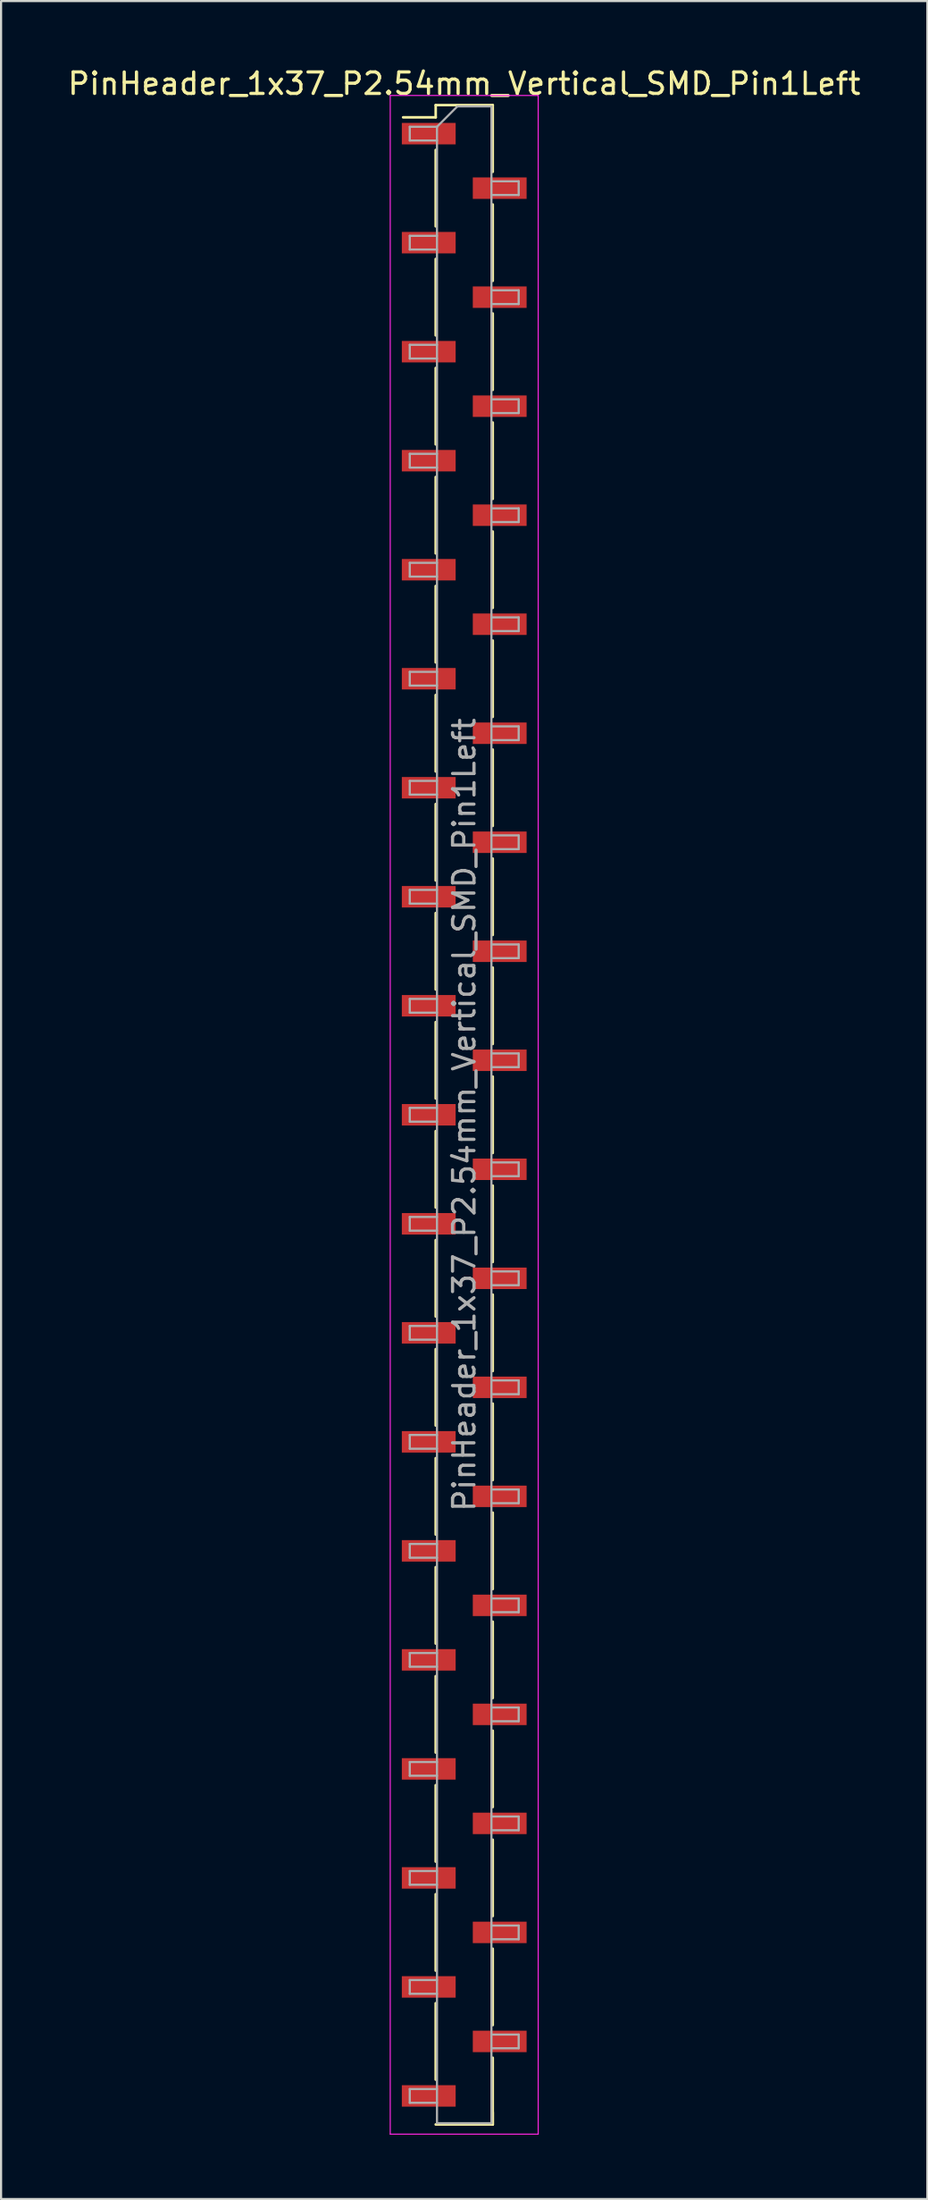
<source format=kicad_pcb>
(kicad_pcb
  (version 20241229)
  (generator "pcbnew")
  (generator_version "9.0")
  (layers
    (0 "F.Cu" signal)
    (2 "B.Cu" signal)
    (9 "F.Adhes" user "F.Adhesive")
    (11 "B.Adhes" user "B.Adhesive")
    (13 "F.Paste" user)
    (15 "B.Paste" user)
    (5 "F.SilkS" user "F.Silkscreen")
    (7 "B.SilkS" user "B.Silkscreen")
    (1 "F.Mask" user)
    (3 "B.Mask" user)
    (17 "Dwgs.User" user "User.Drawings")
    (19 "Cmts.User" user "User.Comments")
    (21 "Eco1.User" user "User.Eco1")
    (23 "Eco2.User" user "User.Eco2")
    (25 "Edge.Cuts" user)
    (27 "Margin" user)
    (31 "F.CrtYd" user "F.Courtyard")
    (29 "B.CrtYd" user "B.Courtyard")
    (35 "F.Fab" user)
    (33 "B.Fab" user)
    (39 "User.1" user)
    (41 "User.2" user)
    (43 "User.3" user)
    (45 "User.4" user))
  (footprint "PinHeader_1x37_P2.54mm_Vertical_SMD_Pin1Left"
    (layer "F.Cu")
    (at 18.601 48.898)
    (property "Reference" "PinHeader_1x37_P2.54mm_Vertical_SMD_Pin1Left" (at 0 -48.05 0) (layer "F.SilkS") (effects (font (size 1 1) (thickness 0.15))))
    (attr smd)
    (fp_line (start -1.33 -47.05) (end -1.33 -46.48) (stroke (width 0.12) (type solid)) (layer "F.SilkS"))
    (fp_line (start -1.33 -47.05) (end 1.33 -47.05) (stroke (width 0.12) (type solid)) (layer "F.SilkS"))
    (fp_line (start -1.33 -46.48) (end -2.85 -46.48) (stroke (width 0.12) (type solid)) (layer "F.SilkS"))
    (fp_line (start -1.33 -44.96) (end -1.33 -41.4) (stroke (width 0.12) (type solid)) (layer "F.SilkS"))
    (fp_line (start -1.33 -39.88) (end -1.33 -36.32) (stroke (width 0.12) (type solid)) (layer "F.SilkS"))
    (fp_line (start -1.33 -34.8) (end -1.33 -31.24) (stroke (width 0.12) (type solid)) (layer "F.SilkS"))
    (fp_line (start -1.33 -29.72) (end -1.33 -26.16) (stroke (width 0.12) (type solid)) (layer "F.SilkS"))
    (fp_line (start -1.33 -24.64) (end -1.33 -21.08) (stroke (width 0.12) (type solid)) (layer "F.SilkS"))
    (fp_line (start -1.33 -19.56) (end -1.33 -16) (stroke (width 0.12) (type solid)) (layer "F.SilkS"))
    (fp_line (start -1.33 -14.48) (end -1.33 -10.92) (stroke (width 0.12) (type solid)) (layer "F.SilkS"))
    (fp_line (start -1.33 -9.4) (end -1.33 -5.84) (stroke (width 0.12) (type solid)) (layer "F.SilkS"))
    (fp_line (start -1.33 -4.32) (end -1.33 -0.76) (stroke (width 0.12) (type solid)) (layer "F.SilkS"))
    (fp_line (start -1.33 0.76) (end -1.33 4.32) (stroke (width 0.12) (type solid)) (layer "F.SilkS"))
    (fp_line (start -1.33 5.84) (end -1.33 9.4) (stroke (width 0.12) (type solid)) (layer "F.SilkS"))
    (fp_line (start -1.33 10.92) (end -1.33 14.48) (stroke (width 0.12) (type solid)) (layer "F.SilkS"))
    (fp_line (start -1.33 16) (end -1.33 19.56) (stroke (width 0.12) (type solid)) (layer "F.SilkS"))
    (fp_line (start -1.33 21.08) (end -1.33 24.64) (stroke (width 0.12) (type solid)) (layer "F.SilkS"))
    (fp_line (start -1.33 26.16) (end -1.33 29.72) (stroke (width 0.12) (type solid)) (layer "F.SilkS"))
    (fp_line (start -1.33 31.24) (end -1.33 34.8) (stroke (width 0.12) (type solid)) (layer "F.SilkS"))
    (fp_line (start -1.33 36.32) (end -1.33 39.88) (stroke (width 0.12) (type solid)) (layer "F.SilkS"))
    (fp_line (start -1.33 41.4) (end -1.33 44.96) (stroke (width 0.12) (type solid)) (layer "F.SilkS"))
    (fp_line (start -1.33 47.05) (end 1.33 47.05) (stroke (width 0.12) (type solid)) (layer "F.SilkS"))
    (fp_line (start 1.33 -47.05) (end 1.33 -43.94) (stroke (width 0.12) (type solid)) (layer "F.SilkS"))
    (fp_line (start 1.33 -42.42) (end 1.33 -38.86) (stroke (width 0.12) (type solid)) (layer "F.SilkS"))
    (fp_line (start 1.33 -37.34) (end 1.33 -33.78) (stroke (width 0.12) (type solid)) (layer "F.SilkS"))
    (fp_line (start 1.33 -32.26) (end 1.33 -28.7) (stroke (width 0.12) (type solid)) (layer "F.SilkS"))
    (fp_line (start 1.33 -27.18) (end 1.33 -23.62) (stroke (width 0.12) (type solid)) (layer "F.SilkS"))
    (fp_line (start 1.33 -22.1) (end 1.33 -18.54) (stroke (width 0.12) (type solid)) (layer "F.SilkS"))
    (fp_line (start 1.33 -17.02) (end 1.33 -13.46) (stroke (width 0.12) (type solid)) (layer "F.SilkS"))
    (fp_line (start 1.33 -11.94) (end 1.33 -8.38) (stroke (width 0.12) (type solid)) (layer "F.SilkS"))
    (fp_line (start 1.33 -6.86) (end 1.33 -3.3) (stroke (width 0.12) (type solid)) (layer "F.SilkS"))
    (fp_line (start 1.33 -1.78) (end 1.33 1.78) (stroke (width 0.12) (type solid)) (layer "F.SilkS"))
    (fp_line (start 1.33 3.3) (end 1.33 6.86) (stroke (width 0.12) (type solid)) (layer "F.SilkS"))
    (fp_line (start 1.33 8.38) (end 1.33 11.94) (stroke (width 0.12) (type solid)) (layer "F.SilkS"))
    (fp_line (start 1.33 13.46) (end 1.33 17.02) (stroke (width 0.12) (type solid)) (layer "F.SilkS"))
    (fp_line (start 1.33 18.54) (end 1.33 22.1) (stroke (width 0.12) (type solid)) (layer "F.SilkS"))
    (fp_line (start 1.33 23.62) (end 1.33 27.18) (stroke (width 0.12) (type solid)) (layer "F.SilkS"))
    (fp_line (start 1.33 28.7) (end 1.33 32.26) (stroke (width 0.12) (type solid)) (layer "F.SilkS"))
    (fp_line (start 1.33 33.78) (end 1.33 37.34) (stroke (width 0.12) (type solid)) (layer "F.SilkS"))
    (fp_line (start 1.33 38.86) (end 1.33 42.42) (stroke (width 0.12) (type solid)) (layer "F.SilkS"))
    (fp_line (start 1.33 43.94) (end 1.33 47.05) (stroke (width 0.12) (type solid)) (layer "F.SilkS"))
    (fp_line (start 1.33 46.48) (end 1.33 47.05) (stroke (width 0.12) (type solid)) (layer "F.SilkS"))
    (fp_line (start -3.45 -47.5) (end -3.45 47.5) (stroke (width 0.05) (type solid)) (layer "F.CrtYd"))
    (fp_line (start -3.45 47.5) (end 3.45 47.5) (stroke (width 0.05) (type solid)) (layer "F.CrtYd"))
    (fp_line (start 3.45 -47.5) (end -3.45 -47.5) (stroke (width 0.05) (type solid)) (layer "F.CrtYd"))
    (fp_line (start 3.45 47.5) (end 3.45 -47.5) (stroke (width 0.05) (type solid)) (layer "F.CrtYd"))
    (fp_line (start -2.54 -46.04) (end -2.54 -45.4) (stroke (width 0.1) (type solid)) (layer "F.Fab"))
    (fp_line (start -2.54 -45.4) (end -1.27 -45.4) (stroke (width 0.1) (type solid)) (layer "F.Fab"))
    (fp_line (start -2.54 -40.96) (end -2.54 -40.32) (stroke (width 0.1) (type solid)) (layer "F.Fab"))
    (fp_line (start -2.54 -40.32) (end -1.27 -40.32) (stroke (width 0.1) (type solid)) (layer "F.Fab"))
    (fp_line (start -2.54 -35.88) (end -2.54 -35.24) (stroke (width 0.1) (type solid)) (layer "F.Fab"))
    (fp_line (start -2.54 -35.24) (end -1.27 -35.24) (stroke (width 0.1) (type solid)) (layer "F.Fab"))
    (fp_line (start -2.54 -30.8) (end -2.54 -30.16) (stroke (width 0.1) (type solid)) (layer "F.Fab"))
    (fp_line (start -2.54 -30.16) (end -1.27 -30.16) (stroke (width 0.1) (type solid)) (layer "F.Fab"))
    (fp_line (start -2.54 -25.72) (end -2.54 -25.08) (stroke (width 0.1) (type solid)) (layer "F.Fab"))
    (fp_line (start -2.54 -25.08) (end -1.27 -25.08) (stroke (width 0.1) (type solid)) (layer "F.Fab"))
    (fp_line (start -2.54 -20.64) (end -2.54 -20) (stroke (width 0.1) (type solid)) (layer "F.Fab"))
    (fp_line (start -2.54 -20) (end -1.27 -20) (stroke (width 0.1) (type solid)) (layer "F.Fab"))
    (fp_line (start -2.54 -15.56) (end -2.54 -14.92) (stroke (width 0.1) (type solid)) (layer "F.Fab"))
    (fp_line (start -2.54 -14.92) (end -1.27 -14.92) (stroke (width 0.1) (type solid)) (layer "F.Fab"))
    (fp_line (start -2.54 -10.48) (end -2.54 -9.84) (stroke (width 0.1) (type solid)) (layer "F.Fab"))
    (fp_line (start -2.54 -9.84) (end -1.27 -9.84) (stroke (width 0.1) (type solid)) (layer "F.Fab"))
    (fp_line (start -2.54 -5.4) (end -2.54 -4.76) (stroke (width 0.1) (type solid)) (layer "F.Fab"))
    (fp_line (start -2.54 -4.76) (end -1.27 -4.76) (stroke (width 0.1) (type solid)) (layer "F.Fab"))
    (fp_line (start -2.54 -0.32) (end -2.54 0.32) (stroke (width 0.1) (type solid)) (layer "F.Fab"))
    (fp_line (start -2.54 0.32) (end -1.27 0.32) (stroke (width 0.1) (type solid)) (layer "F.Fab"))
    (fp_line (start -2.54 4.76) (end -2.54 5.4) (stroke (width 0.1) (type solid)) (layer "F.Fab"))
    (fp_line (start -2.54 5.4) (end -1.27 5.4) (stroke (width 0.1) (type solid)) (layer "F.Fab"))
    (fp_line (start -2.54 9.84) (end -2.54 10.48) (stroke (width 0.1) (type solid)) (layer "F.Fab"))
    (fp_line (start -2.54 10.48) (end -1.27 10.48) (stroke (width 0.1) (type solid)) (layer "F.Fab"))
    (fp_line (start -2.54 14.92) (end -2.54 15.56) (stroke (width 0.1) (type solid)) (layer "F.Fab"))
    (fp_line (start -2.54 15.56) (end -1.27 15.56) (stroke (width 0.1) (type solid)) (layer "F.Fab"))
    (fp_line (start -2.54 20) (end -2.54 20.64) (stroke (width 0.1) (type solid)) (layer "F.Fab"))
    (fp_line (start -2.54 20.64) (end -1.27 20.64) (stroke (width 0.1) (type solid)) (layer "F.Fab"))
    (fp_line (start -2.54 25.08) (end -2.54 25.72) (stroke (width 0.1) (type solid)) (layer "F.Fab"))
    (fp_line (start -2.54 25.72) (end -1.27 25.72) (stroke (width 0.1) (type solid)) (layer "F.Fab"))
    (fp_line (start -2.54 30.16) (end -2.54 30.8) (stroke (width 0.1) (type solid)) (layer "F.Fab"))
    (fp_line (start -2.54 30.8) (end -1.27 30.8) (stroke (width 0.1) (type solid)) (layer "F.Fab"))
    (fp_line (start -2.54 35.24) (end -2.54 35.88) (stroke (width 0.1) (type solid)) (layer "F.Fab"))
    (fp_line (start -2.54 35.88) (end -1.27 35.88) (stroke (width 0.1) (type solid)) (layer "F.Fab"))
    (fp_line (start -2.54 40.32) (end -2.54 40.96) (stroke (width 0.1) (type solid)) (layer "F.Fab"))
    (fp_line (start -2.54 40.96) (end -1.27 40.96) (stroke (width 0.1) (type solid)) (layer "F.Fab"))
    (fp_line (start -2.54 45.4) (end -2.54 46.04) (stroke (width 0.1) (type solid)) (layer "F.Fab"))
    (fp_line (start -2.54 46.04) (end -1.27 46.04) (stroke (width 0.1) (type solid)) (layer "F.Fab"))
    (fp_line (start -1.27 -46.04) (end -2.54 -46.04) (stroke (width 0.1) (type solid)) (layer "F.Fab"))
    (fp_line (start -1.27 -46.04) (end -0.32 -46.99) (stroke (width 0.1) (type solid)) (layer "F.Fab"))
    (fp_line (start -1.27 -40.96) (end -2.54 -40.96) (stroke (width 0.1) (type solid)) (layer "F.Fab"))
    (fp_line (start -1.27 -35.88) (end -2.54 -35.88) (stroke (width 0.1) (type solid)) (layer "F.Fab"))
    (fp_line (start -1.27 -30.8) (end -2.54 -30.8) (stroke (width 0.1) (type solid)) (layer "F.Fab"))
    (fp_line (start -1.27 -25.72) (end -2.54 -25.72) (stroke (width 0.1) (type solid)) (layer "F.Fab"))
    (fp_line (start -1.27 -20.64) (end -2.54 -20.64) (stroke (width 0.1) (type solid)) (layer "F.Fab"))
    (fp_line (start -1.27 -15.56) (end -2.54 -15.56) (stroke (width 0.1) (type solid)) (layer "F.Fab"))
    (fp_line (start -1.27 -10.48) (end -2.54 -10.48) (stroke (width 0.1) (type solid)) (layer "F.Fab"))
    (fp_line (start -1.27 -5.4) (end -2.54 -5.4) (stroke (width 0.1) (type solid)) (layer "F.Fab"))
    (fp_line (start -1.27 -0.32) (end -2.54 -0.32) (stroke (width 0.1) (type solid)) (layer "F.Fab"))
    (fp_line (start -1.27 4.76) (end -2.54 4.76) (stroke (width 0.1) (type solid)) (layer "F.Fab"))
    (fp_line (start -1.27 9.84) (end -2.54 9.84) (stroke (width 0.1) (type solid)) (layer "F.Fab"))
    (fp_line (start -1.27 14.92) (end -2.54 14.92) (stroke (width 0.1) (type solid)) (layer "F.Fab"))
    (fp_line (start -1.27 20) (end -2.54 20) (stroke (width 0.1) (type solid)) (layer "F.Fab"))
    (fp_line (start -1.27 25.08) (end -2.54 25.08) (stroke (width 0.1) (type solid)) (layer "F.Fab"))
    (fp_line (start -1.27 30.16) (end -2.54 30.16) (stroke (width 0.1) (type solid)) (layer "F.Fab"))
    (fp_line (start -1.27 35.24) (end -2.54 35.24) (stroke (width 0.1) (type solid)) (layer "F.Fab"))
    (fp_line (start -1.27 40.32) (end -2.54 40.32) (stroke (width 0.1) (type solid)) (layer "F.Fab"))
    (fp_line (start -1.27 45.4) (end -2.54 45.4) (stroke (width 0.1) (type solid)) (layer "F.Fab"))
    (fp_line (start -1.27 46.99) (end -1.27 -46.04) (stroke (width 0.1) (type solid)) (layer "F.Fab"))
    (fp_line (start -0.32 -46.99) (end 1.27 -46.99) (stroke (width 0.1) (type solid)) (layer "F.Fab"))
    (fp_line (start 1.27 -46.99) (end 1.27 46.99) (stroke (width 0.1) (type solid)) (layer "F.Fab"))
    (fp_line (start 1.27 -43.5) (end 2.54 -43.5) (stroke (width 0.1) (type solid)) (layer "F.Fab"))
    (fp_line (start 1.27 -38.42) (end 2.54 -38.42) (stroke (width 0.1) (type solid)) (layer "F.Fab"))
    (fp_line (start 1.27 -33.34) (end 2.54 -33.34) (stroke (width 0.1) (type solid)) (layer "F.Fab"))
    (fp_line (start 1.27 -28.26) (end 2.54 -28.26) (stroke (width 0.1) (type solid)) (layer "F.Fab"))
    (fp_line (start 1.27 -23.18) (end 2.54 -23.18) (stroke (width 0.1) (type solid)) (layer "F.Fab"))
    (fp_line (start 1.27 -18.1) (end 2.54 -18.1) (stroke (width 0.1) (type solid)) (layer "F.Fab"))
    (fp_line (start 1.27 -13.02) (end 2.54 -13.02) (stroke (width 0.1) (type solid)) (layer "F.Fab"))
    (fp_line (start 1.27 -7.94) (end 2.54 -7.94) (stroke (width 0.1) (type solid)) (layer "F.Fab"))
    (fp_line (start 1.27 -2.86) (end 2.54 -2.86) (stroke (width 0.1) (type solid)) (layer "F.Fab"))
    (fp_line (start 1.27 2.22) (end 2.54 2.22) (stroke (width 0.1) (type solid)) (layer "F.Fab"))
    (fp_line (start 1.27 7.3) (end 2.54 7.3) (stroke (width 0.1) (type solid)) (layer "F.Fab"))
    (fp_line (start 1.27 12.38) (end 2.54 12.38) (stroke (width 0.1) (type solid)) (layer "F.Fab"))
    (fp_line (start 1.27 17.46) (end 2.54 17.46) (stroke (width 0.1) (type solid)) (layer "F.Fab"))
    (fp_line (start 1.27 22.54) (end 2.54 22.54) (stroke (width 0.1) (type solid)) (layer "F.Fab"))
    (fp_line (start 1.27 27.62) (end 2.54 27.62) (stroke (width 0.1) (type solid)) (layer "F.Fab"))
    (fp_line (start 1.27 32.7) (end 2.54 32.7) (stroke (width 0.1) (type solid)) (layer "F.Fab"))
    (fp_line (start 1.27 37.78) (end 2.54 37.78) (stroke (width 0.1) (type solid)) (layer "F.Fab"))
    (fp_line (start 1.27 42.86) (end 2.54 42.86) (stroke (width 0.1) (type solid)) (layer "F.Fab"))
    (fp_line (start 1.27 46.99) (end -1.27 46.99) (stroke (width 0.1) (type solid)) (layer "F.Fab"))
    (fp_line (start 2.54 -43.5) (end 2.54 -42.86) (stroke (width 0.1) (type solid)) (layer "F.Fab"))
    (fp_line (start 2.54 -42.86) (end 1.27 -42.86) (stroke (width 0.1) (type solid)) (layer "F.Fab"))
    (fp_line (start 2.54 -38.42) (end 2.54 -37.78) (stroke (width 0.1) (type solid)) (layer "F.Fab"))
    (fp_line (start 2.54 -37.78) (end 1.27 -37.78) (stroke (width 0.1) (type solid)) (layer "F.Fab"))
    (fp_line (start 2.54 -33.34) (end 2.54 -32.7) (stroke (width 0.1) (type solid)) (layer "F.Fab"))
    (fp_line (start 2.54 -32.7) (end 1.27 -32.7) (stroke (width 0.1) (type solid)) (layer "F.Fab"))
    (fp_line (start 2.54 -28.26) (end 2.54 -27.62) (stroke (width 0.1) (type solid)) (layer "F.Fab"))
    (fp_line (start 2.54 -27.62) (end 1.27 -27.62) (stroke (width 0.1) (type solid)) (layer "F.Fab"))
    (fp_line (start 2.54 -23.18) (end 2.54 -22.54) (stroke (width 0.1) (type solid)) (layer "F.Fab"))
    (fp_line (start 2.54 -22.54) (end 1.27 -22.54) (stroke (width 0.1) (type solid)) (layer "F.Fab"))
    (fp_line (start 2.54 -18.1) (end 2.54 -17.46) (stroke (width 0.1) (type solid)) (layer "F.Fab"))
    (fp_line (start 2.54 -17.46) (end 1.27 -17.46) (stroke (width 0.1) (type solid)) (layer "F.Fab"))
    (fp_line (start 2.54 -13.02) (end 2.54 -12.38) (stroke (width 0.1) (type solid)) (layer "F.Fab"))
    (fp_line (start 2.54 -12.38) (end 1.27 -12.38) (stroke (width 0.1) (type solid)) (layer "F.Fab"))
    (fp_line (start 2.54 -7.94) (end 2.54 -7.3) (stroke (width 0.1) (type solid)) (layer "F.Fab"))
    (fp_line (start 2.54 -7.3) (end 1.27 -7.3) (stroke (width 0.1) (type solid)) (layer "F.Fab"))
    (fp_line (start 2.54 -2.86) (end 2.54 -2.22) (stroke (width 0.1) (type solid)) (layer "F.Fab"))
    (fp_line (start 2.54 -2.22) (end 1.27 -2.22) (stroke (width 0.1) (type solid)) (layer "F.Fab"))
    (fp_line (start 2.54 2.22) (end 2.54 2.86) (stroke (width 0.1) (type solid)) (layer "F.Fab"))
    (fp_line (start 2.54 2.86) (end 1.27 2.86) (stroke (width 0.1) (type solid)) (layer "F.Fab"))
    (fp_line (start 2.54 7.3) (end 2.54 7.94) (stroke (width 0.1) (type solid)) (layer "F.Fab"))
    (fp_line (start 2.54 7.94) (end 1.27 7.94) (stroke (width 0.1) (type solid)) (layer "F.Fab"))
    (fp_line (start 2.54 12.38) (end 2.54 13.02) (stroke (width 0.1) (type solid)) (layer "F.Fab"))
    (fp_line (start 2.54 13.02) (end 1.27 13.02) (stroke (width 0.1) (type solid)) (layer "F.Fab"))
    (fp_line (start 2.54 17.46) (end 2.54 18.1) (stroke (width 0.1) (type solid)) (layer "F.Fab"))
    (fp_line (start 2.54 18.1) (end 1.27 18.1) (stroke (width 0.1) (type solid)) (layer "F.Fab"))
    (fp_line (start 2.54 22.54) (end 2.54 23.18) (stroke (width 0.1) (type solid)) (layer "F.Fab"))
    (fp_line (start 2.54 23.18) (end 1.27 23.18) (stroke (width 0.1) (type solid)) (layer "F.Fab"))
    (fp_line (start 2.54 27.62) (end 2.54 28.26) (stroke (width 0.1) (type solid)) (layer "F.Fab"))
    (fp_line (start 2.54 28.26) (end 1.27 28.26) (stroke (width 0.1) (type solid)) (layer "F.Fab"))
    (fp_line (start 2.54 32.7) (end 2.54 33.34) (stroke (width 0.1) (type solid)) (layer "F.Fab"))
    (fp_line (start 2.54 33.34) (end 1.27 33.34) (stroke (width 0.1) (type solid)) (layer "F.Fab"))
    (fp_line (start 2.54 37.78) (end 2.54 38.42) (stroke (width 0.1) (type solid)) (layer "F.Fab"))
    (fp_line (start 2.54 38.42) (end 1.27 38.42) (stroke (width 0.1) (type solid)) (layer "F.Fab"))
    (fp_line (start 2.54 42.86) (end 2.54 43.5) (stroke (width 0.1) (type solid)) (layer "F.Fab"))
    (fp_line (start 2.54 43.5) (end 1.27 43.5) (stroke (width 0.1) (type solid)) (layer "F.Fab"))
    (fp_text user "${REFERENCE}" (at 0 0 90) (layer "F.Fab") (effects (font (size 1 1) (thickness 0.15))))
    (pad "1" smd rect (at -1.655 -45.72) (size 2.51 1) (layers "F.Cu" "F.Mask" "F.Paste"))
    (pad "2" smd rect (at 1.655 -43.18) (size 2.51 1) (layers "F.Cu" "F.Mask" "F.Paste"))
    (pad "3" smd rect (at -1.655 -40.64) (size 2.51 1) (layers "F.Cu" "F.Mask" "F.Paste"))
    (pad "4" smd rect (at 1.655 -38.1) (size 2.51 1) (layers "F.Cu" "F.Mask" "F.Paste"))
    (pad "5" smd rect (at -1.655 -35.56) (size 2.51 1) (layers "F.Cu" "F.Mask" "F.Paste"))
    (pad "6" smd rect (at 1.655 -33.02) (size 2.51 1) (layers "F.Cu" "F.Mask" "F.Paste"))
    (pad "7" smd rect (at -1.655 -30.48) (size 2.51 1) (layers "F.Cu" "F.Mask" "F.Paste"))
    (pad "8" smd rect (at 1.655 -27.94) (size 2.51 1) (layers "F.Cu" "F.Mask" "F.Paste"))
    (pad "9" smd rect (at -1.655 -25.4) (size 2.51 1) (layers "F.Cu" "F.Mask" "F.Paste"))
    (pad "10" smd rect (at 1.655 -22.86) (size 2.51 1) (layers "F.Cu" "F.Mask" "F.Paste"))
    (pad "11" smd rect (at -1.655 -20.32) (size 2.51 1) (layers "F.Cu" "F.Mask" "F.Paste"))
    (pad "12" smd rect (at 1.655 -17.78) (size 2.51 1) (layers "F.Cu" "F.Mask" "F.Paste"))
    (pad "13" smd rect (at -1.655 -15.24) (size 2.51 1) (layers "F.Cu" "F.Mask" "F.Paste"))
    (pad "14" smd rect (at 1.655 -12.7) (size 2.51 1) (layers "F.Cu" "F.Mask" "F.Paste"))
    (pad "15" smd rect (at -1.655 -10.16) (size 2.51 1) (layers "F.Cu" "F.Mask" "F.Paste"))
    (pad "16" smd rect (at 1.655 -7.62) (size 2.51 1) (layers "F.Cu" "F.Mask" "F.Paste"))
    (pad "17" smd rect (at -1.655 -5.08) (size 2.51 1) (layers "F.Cu" "F.Mask" "F.Paste"))
    (pad "18" smd rect (at 1.655 -2.54) (size 2.51 1) (layers "F.Cu" "F.Mask" "F.Paste"))
    (pad "19" smd rect (at -1.655 0) (size 2.51 1) (layers "F.Cu" "F.Mask" "F.Paste"))
    (pad "20" smd rect (at 1.655 2.54) (size 2.51 1) (layers "F.Cu" "F.Mask" "F.Paste"))
    (pad "21" smd rect (at -1.655 5.08) (size 2.51 1) (layers "F.Cu" "F.Mask" "F.Paste"))
    (pad "22" smd rect (at 1.655 7.62) (size 2.51 1) (layers "F.Cu" "F.Mask" "F.Paste"))
    (pad "23" smd rect (at -1.655 10.16) (size 2.51 1) (layers "F.Cu" "F.Mask" "F.Paste"))
    (pad "24" smd rect (at 1.655 12.7) (size 2.51 1) (layers "F.Cu" "F.Mask" "F.Paste"))
    (pad "25" smd rect (at -1.655 15.24) (size 2.51 1) (layers "F.Cu" "F.Mask" "F.Paste"))
    (pad "26" smd rect (at 1.655 17.78) (size 2.51 1) (layers "F.Cu" "F.Mask" "F.Paste"))
    (pad "27" smd rect (at -1.655 20.32) (size 2.51 1) (layers "F.Cu" "F.Mask" "F.Paste"))
    (pad "28" smd rect (at 1.655 22.86) (size 2.51 1) (layers "F.Cu" "F.Mask" "F.Paste"))
    (pad "29" smd rect (at -1.655 25.4) (size 2.51 1) (layers "F.Cu" "F.Mask" "F.Paste"))
    (pad "30" smd rect (at 1.655 27.94) (size 2.51 1) (layers "F.Cu" "F.Mask" "F.Paste"))
    (pad "31" smd rect (at -1.655 30.48) (size 2.51 1) (layers "F.Cu" "F.Mask" "F.Paste"))
    (pad "32" smd rect (at 1.655 33.02) (size 2.51 1) (layers "F.Cu" "F.Mask" "F.Paste"))
    (pad "33" smd rect (at -1.655 35.56) (size 2.51 1) (layers "F.Cu" "F.Mask" "F.Paste"))
    (pad "34" smd rect (at 1.655 38.1) (size 2.51 1) (layers "F.Cu" "F.Mask" "F.Paste"))
    (pad "35" smd rect (at -1.655 40.64) (size 2.51 1) (layers "F.Cu" "F.Mask" "F.Paste"))
    (pad "36" smd rect (at 1.655 43.18) (size 2.51 1) (layers "F.Cu" "F.Mask" "F.Paste"))
    (pad "37" smd rect (at -1.655 45.72) (size 2.51 1) (layers "F.Cu" "F.Mask" "F.Paste")))
  (gr_rect
    (start -3 -3)
    (end 40.202 99.423)
    (stroke (width 0.1) (type default))
    (fill no)
    (layer "Edge.Cuts")))
</source>
